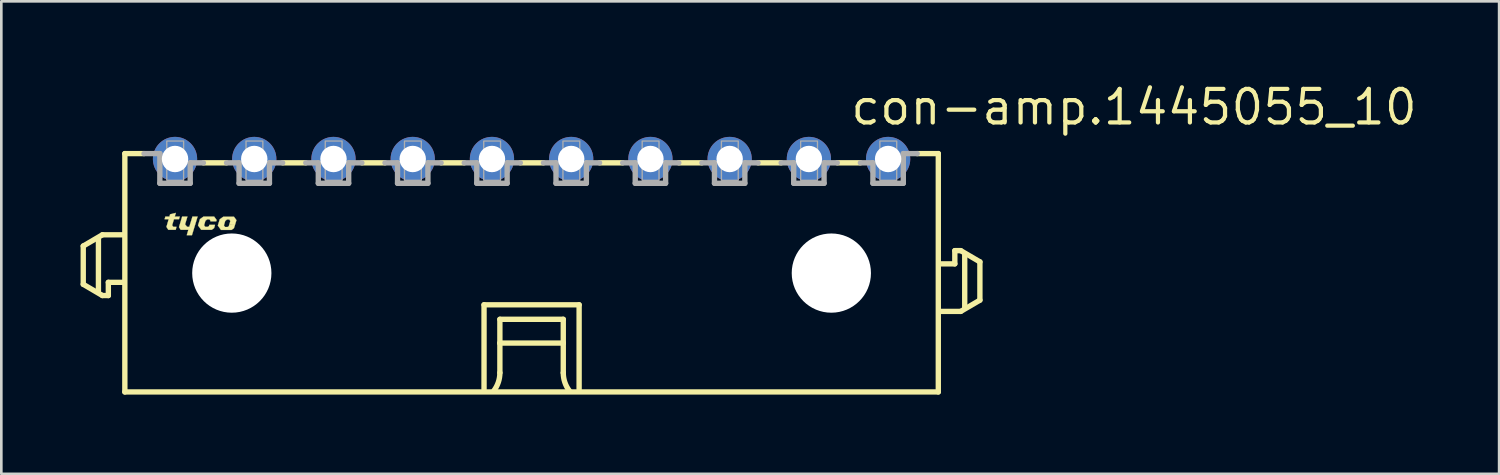
<source format=kicad_pcb>
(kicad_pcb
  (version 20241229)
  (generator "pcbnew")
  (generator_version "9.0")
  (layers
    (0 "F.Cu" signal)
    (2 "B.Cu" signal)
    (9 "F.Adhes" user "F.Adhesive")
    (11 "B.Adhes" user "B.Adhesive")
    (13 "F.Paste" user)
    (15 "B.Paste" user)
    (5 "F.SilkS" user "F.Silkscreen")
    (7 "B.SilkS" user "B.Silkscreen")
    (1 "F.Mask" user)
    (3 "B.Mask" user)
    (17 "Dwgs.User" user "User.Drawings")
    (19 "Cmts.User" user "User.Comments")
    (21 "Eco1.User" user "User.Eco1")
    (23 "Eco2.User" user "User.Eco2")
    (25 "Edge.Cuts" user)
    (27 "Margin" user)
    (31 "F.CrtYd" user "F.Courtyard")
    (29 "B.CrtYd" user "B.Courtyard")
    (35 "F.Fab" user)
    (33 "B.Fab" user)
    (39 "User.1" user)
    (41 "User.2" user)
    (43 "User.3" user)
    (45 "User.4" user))
  (footprint "con-amp.1445055_10"
    (layer "F.Cu")
    (at 17.077 7.29)
    (property "Reference" "con-amp.1445055_10" (at 12 -5.54 0) (layer "F.SilkS") (effects (font (size 1.27 1.27) (thickness 0.16)) (justify left bottom)))
    (attr through_hole)
    (fp_line (start -16.975 -1.025) (end -16.975 0.425) (stroke (width 0.203) (type default)) (layer "F.SilkS"))
    (fp_line (start -16.975 0.425) (end -16.25 0.85) (stroke (width 0.203) (type default)) (layer "F.SilkS"))
    (fp_line (start -16.4 0.7) (end -16.4 -1.3) (stroke (width 0.203) (type default)) (layer "F.SilkS"))
    (fp_line (start -16.25 -1.45) (end -16.975 -1.025) (stroke (width 0.203) (type default)) (layer "F.SilkS"))
    (fp_line (start -16.25 0.85) (end -16.025 0.85) (stroke (width 0.203) (type default)) (layer "F.SilkS"))
    (fp_line (start -16.025 0.35) (end -15.5 0.35) (stroke (width 0.203) (type default)) (layer "F.SilkS"))
    (fp_line (start -16.025 0.85) (end -16.025 0.35) (stroke (width 0.203) (type default)) (layer "F.SilkS"))
    (fp_line (start -15.5 -1.45) (end -16.25 -1.45) (stroke (width 0.203) (type default)) (layer "F.SilkS"))
    (fp_line (start -15.4 -4.525) (end -15.4 4.5) (stroke (width 0.203) (type default)) (layer "F.SilkS"))
    (fp_line (start -15.4 -4.525) (end -14.675 -4.525) (stroke (width 0.203) (type default)) (layer "F.SilkS"))
    (fp_line (start -15.4 4.5) (end 15.4 4.5) (stroke (width 0.203) (type default)) (layer "F.SilkS"))
    (fp_line (start -11.55 -4.175) (end -12.425 -4.175) (stroke (width 0.203) (type default)) (layer "F.SilkS"))
    (fp_line (start -8.55 -4.175) (end -9.425 -4.175) (stroke (width 0.203) (type default)) (layer "F.SilkS"))
    (fp_line (start -5.55 -4.175) (end -6.425 -4.175) (stroke (width 0.203) (type default)) (layer "F.SilkS"))
    (fp_line (start -2.55 -4.175) (end -3.425 -4.175) (stroke (width 0.203) (type default)) (layer "F.SilkS"))
    (fp_line (start -1.8 1.2) (end 1.8 1.2) (stroke (width 0.203) (type default)) (layer "F.SilkS"))
    (fp_line (start -1.8 4.4) (end -1.8 1.2) (stroke (width 0.203) (type default)) (layer "F.SilkS"))
    (fp_line (start -1.2 1.75) (end -1.2 2.65) (stroke (width 0.203) (type default)) (layer "F.SilkS"))
    (fp_line (start -1.2 2.65) (end -1.2 3.775) (stroke (width 0.203) (type default)) (layer "F.SilkS"))
    (fp_line (start -1.2 2.65) (end 1.2 2.65) (stroke (width 0.203) (type default)) (layer "F.SilkS"))
    (fp_line (start 0.45 -4.175) (end -0.425 -4.175) (stroke (width 0.203) (type default)) (layer "F.SilkS"))
    (fp_line (start 1.2 1.75) (end -1.2 1.75) (stroke (width 0.203) (type default)) (layer "F.SilkS"))
    (fp_line (start 1.2 2.65) (end 1.2 1.75) (stroke (width 0.203) (type default)) (layer "F.SilkS"))
    (fp_line (start 1.2 2.65) (end 1.2 3.775) (stroke (width 0.203) (type default)) (layer "F.SilkS"))
    (fp_line (start 1.8 1.2) (end 1.8 4.4) (stroke (width 0.203) (type default)) (layer "F.SilkS"))
    (fp_line (start 3.45 -4.175) (end 2.575 -4.175) (stroke (width 0.203) (type default)) (layer "F.SilkS"))
    (fp_line (start 6.45 -4.175) (end 5.575 -4.175) (stroke (width 0.203) (type default)) (layer "F.SilkS"))
    (fp_line (start 9.45 -4.175) (end 8.575 -4.175) (stroke (width 0.203) (type default)) (layer "F.SilkS"))
    (fp_line (start 12.45 -4.175) (end 11.575 -4.175) (stroke (width 0.203) (type default)) (layer "F.SilkS"))
    (fp_line (start 15.4 -4.525) (end 14.6 -4.525) (stroke (width 0.203) (type default)) (layer "F.SilkS"))
    (fp_line (start 15.4 4.5) (end 15.4 -4.525) (stroke (width 0.203) (type default)) (layer "F.SilkS"))
    (fp_line (start 15.5 1.45) (end 16.25 1.45) (stroke (width 0.203) (type default)) (layer "F.SilkS"))
    (fp_line (start 16.025 -0.85) (end 16.025 -0.35) (stroke (width 0.203) (type default)) (layer "F.SilkS"))
    (fp_line (start 16.025 -0.35) (end 15.5 -0.35) (stroke (width 0.203) (type default)) (layer "F.SilkS"))
    (fp_line (start 16.25 -0.85) (end 16.025 -0.85) (stroke (width 0.203) (type default)) (layer "F.SilkS"))
    (fp_line (start 16.25 1.45) (end 16.975 1.025) (stroke (width 0.203) (type default)) (layer "F.SilkS"))
    (fp_line (start 16.4 1.3) (end 16.4 -0.7) (stroke (width 0.203) (type default)) (layer "F.SilkS"))
    (fp_line (start 16.975 -0.425) (end 16.25 -0.85) (stroke (width 0.203) (type default)) (layer "F.SilkS"))
    (fp_line (start 16.975 1.025) (end 16.975 -0.425) (stroke (width 0.203) (type default)) (layer "F.SilkS"))
    (fp_arc (start -1.2 3.775) (mid -1.257731 4.130756) (end -1.425 4.45) (stroke (width 0.2032) (type default)) (layer "F.SilkS"))
    (fp_arc (start 1.425 4.45) (mid 1.257731 4.130756) (end 1.2 3.775) (stroke (width 0.2032) (type default)) (layer "F.SilkS"))
    (fp_poly (pts (xy -13.23 -2.14) (xy -13.03 -2.14) (xy -13.12 -1.845) (xy -13.04 -1.75) (xy -12.96 -1.75) (xy -12.84 -2.14) (xy -12.645 -2.14) (xy -12.86 -1.435) (xy -13.055 -1.435) (xy -12.995 -1.64) (xy -13.285 -1.64) (xy -13.35 -1.74)) (stroke (width 0.01) (type default)) (fill yes) (layer "F.SilkS"))
    (fp_poly (pts (xy -13.865 -2.14) (xy -13.71 -2.14) (xy -13.688 -2.225) (xy -13.47 -2.28) (xy -13.51 -2.14) (xy -13.32 -2.14) (xy -13.35 -2.04) (xy -13.54 -2.04) (xy -13.61 -1.81) (xy -13.565 -1.75) (xy -13.445 -1.75) (xy -13.475 -1.64) (xy -13.755 -1.64) (xy -13.825 -1.75) (xy -13.74 -2.04) (xy -13.895 -2.04)) (stroke (width 0.01) (type default)) (fill yes) (layer "F.SilkS"))
    (fp_poly (pts (xy -12.16 -1.96) (xy -11.94 -1.96) (xy -11.925 -2.01) (xy -12.02 -2.14) (xy -12.42 -2.14) (xy -12.555 -2.045) (xy -12.63 -1.805) (xy -12.51 -1.64) (xy -12.11 -1.64) (xy -12.02 -1.705) (xy -11.985 -1.825) (xy -12.2 -1.825) (xy -12.215 -1.78) (xy -12.26 -1.75) (xy -12.355 -1.75) (xy -12.4 -1.81) (xy -12.35 -1.98) (xy -12.28 -2.035) (xy -12.195 -2.035) (xy -12.155 -1.975)) (stroke (width 0.01) (type default)) (fill yes) (layer "F.SilkS"))
    (fp_poly (pts (xy -11.45 -1.825) (xy -11.23 -1.825) (xy -11.175 -2.005) (xy -11.27 -2.135) (xy -11.67 -2.135) (xy -11.805 -2.04) (xy -11.88 -1.8) (xy -11.76 -1.635) (xy -11.36 -1.635) (xy -11.27 -1.7) (xy -11.23 -1.825) (xy -11.45 -1.82) (xy -11.465 -1.775) (xy -11.51 -1.745) (xy -11.605 -1.745) (xy -11.65 -1.805) (xy -11.6 -1.975) (xy -11.53 -2.03) (xy -11.445 -2.03) (xy -11.405 -1.97)) (stroke (width 0.01) (type default)) (fill yes) (layer "F.SilkS"))
    (fp_line (start -14.075 -4.525) (end -14.675 -4.525) (stroke (width 0.203) (type default)) (layer "F.Fab"))
    (fp_line (start -14.075 -3.4) (end -14.075 -4.525) (stroke (width 0.203) (type default)) (layer "F.Fab"))
    (fp_line (start -12.925 -4.175) (end -12.925 -3.4) (stroke (width 0.203) (type default)) (layer "F.Fab"))
    (fp_line (start -12.925 -3.4) (end -14.075 -3.4) (stroke (width 0.203) (type default)) (layer "F.Fab"))
    (fp_line (start -12.425 -4.175) (end -12.925 -4.175) (stroke (width 0.203) (type default)) (layer "F.Fab"))
    (fp_line (start -11.075 -4.175) (end -11.55 -4.175) (stroke (width 0.203) (type default)) (layer "F.Fab"))
    (fp_line (start -11.075 -3.4) (end -11.075 -4.175) (stroke (width 0.203) (type default)) (layer "F.Fab"))
    (fp_line (start -9.925 -4.175) (end -9.925 -3.4) (stroke (width 0.203) (type default)) (layer "F.Fab"))
    (fp_line (start -9.925 -3.4) (end -11.075 -3.4) (stroke (width 0.203) (type default)) (layer "F.Fab"))
    (fp_line (start -9.425 -4.175) (end -9.925 -4.175) (stroke (width 0.203) (type default)) (layer "F.Fab"))
    (fp_line (start -8.075 -4.175) (end -8.55 -4.175) (stroke (width 0.203) (type default)) (layer "F.Fab"))
    (fp_line (start -8.075 -3.4) (end -8.075 -4.175) (stroke (width 0.203) (type default)) (layer "F.Fab"))
    (fp_line (start -6.925 -4.175) (end -6.925 -3.4) (stroke (width 0.203) (type default)) (layer "F.Fab"))
    (fp_line (start -6.925 -3.4) (end -8.075 -3.4) (stroke (width 0.203) (type default)) (layer "F.Fab"))
    (fp_line (start -6.425 -4.175) (end -6.925 -4.175) (stroke (width 0.203) (type default)) (layer "F.Fab"))
    (fp_line (start -5.075 -4.175) (end -5.55 -4.175) (stroke (width 0.203) (type default)) (layer "F.Fab"))
    (fp_line (start -5.075 -3.4) (end -5.075 -4.175) (stroke (width 0.203) (type default)) (layer "F.Fab"))
    (fp_line (start -3.925 -4.175) (end -3.925 -3.4) (stroke (width 0.203) (type default)) (layer "F.Fab"))
    (fp_line (start -3.925 -3.4) (end -5.075 -3.4) (stroke (width 0.203) (type default)) (layer "F.Fab"))
    (fp_line (start -3.425 -4.175) (end -3.925 -4.175) (stroke (width 0.203) (type default)) (layer "F.Fab"))
    (fp_line (start -2.075 -4.175) (end -2.55 -4.175) (stroke (width 0.203) (type default)) (layer "F.Fab"))
    (fp_line (start -2.075 -3.4) (end -2.075 -4.175) (stroke (width 0.203) (type default)) (layer "F.Fab"))
    (fp_line (start -0.925 -4.175) (end -0.925 -3.4) (stroke (width 0.203) (type default)) (layer "F.Fab"))
    (fp_line (start -0.925 -3.4) (end -2.075 -3.4) (stroke (width 0.203) (type default)) (layer "F.Fab"))
    (fp_line (start -0.425 -4.175) (end -0.925 -4.175) (stroke (width 0.203) (type default)) (layer "F.Fab"))
    (fp_line (start 0.925 -4.175) (end 0.45 -4.175) (stroke (width 0.203) (type default)) (layer "F.Fab"))
    (fp_line (start 0.925 -3.4) (end 0.925 -4.175) (stroke (width 0.203) (type default)) (layer "F.Fab"))
    (fp_line (start 2.075 -4.175) (end 2.075 -3.4) (stroke (width 0.203) (type default)) (layer "F.Fab"))
    (fp_line (start 2.075 -3.4) (end 0.925 -3.4) (stroke (width 0.203) (type default)) (layer "F.Fab"))
    (fp_line (start 2.575 -4.175) (end 2.075 -4.175) (stroke (width 0.203) (type default)) (layer "F.Fab"))
    (fp_line (start 3.925 -4.175) (end 3.45 -4.175) (stroke (width 0.203) (type default)) (layer "F.Fab"))
    (fp_line (start 3.925 -3.4) (end 3.925 -4.175) (stroke (width 0.203) (type default)) (layer "F.Fab"))
    (fp_line (start 5.075 -4.175) (end 5.075 -3.4) (stroke (width 0.203) (type default)) (layer "F.Fab"))
    (fp_line (start 5.075 -3.4) (end 3.925 -3.4) (stroke (width 0.203) (type default)) (layer "F.Fab"))
    (fp_line (start 5.575 -4.175) (end 5.075 -4.175) (stroke (width 0.203) (type default)) (layer "F.Fab"))
    (fp_line (start 6.925 -4.175) (end 6.45 -4.175) (stroke (width 0.203) (type default)) (layer "F.Fab"))
    (fp_line (start 6.925 -3.4) (end 6.925 -4.175) (stroke (width 0.203) (type default)) (layer "F.Fab"))
    (fp_line (start 8.075 -4.175) (end 8.075 -3.4) (stroke (width 0.203) (type default)) (layer "F.Fab"))
    (fp_line (start 8.075 -3.4) (end 6.925 -3.4) (stroke (width 0.203) (type default)) (layer "F.Fab"))
    (fp_line (start 8.575 -4.175) (end 8.075 -4.175) (stroke (width 0.203) (type default)) (layer "F.Fab"))
    (fp_line (start 9.925 -4.175) (end 9.45 -4.175) (stroke (width 0.203) (type default)) (layer "F.Fab"))
    (fp_line (start 9.925 -3.4) (end 9.925 -4.175) (stroke (width 0.203) (type default)) (layer "F.Fab"))
    (fp_line (start 11.075 -4.175) (end 11.075 -3.4) (stroke (width 0.203) (type default)) (layer "F.Fab"))
    (fp_line (start 11.075 -3.4) (end 9.925 -3.4) (stroke (width 0.203) (type default)) (layer "F.Fab"))
    (fp_line (start 11.575 -4.175) (end 11.075 -4.175) (stroke (width 0.203) (type default)) (layer "F.Fab"))
    (fp_line (start 12.925 -4.175) (end 12.45 -4.175) (stroke (width 0.203) (type default)) (layer "F.Fab"))
    (fp_line (start 12.925 -3.4) (end 12.925 -4.175) (stroke (width 0.203) (type default)) (layer "F.Fab"))
    (fp_line (start 14.075 -4.525) (end 14.075 -3.4) (stroke (width 0.203) (type default)) (layer "F.Fab"))
    (fp_line (start 14.075 -3.4) (end 12.925 -3.4) (stroke (width 0.203) (type default)) (layer "F.Fab"))
    (fp_line (start 14.6 -4.525) (end 14.075 -4.525) (stroke (width 0.203) (type default)) (layer "F.Fab"))
    (fp_rect (start -13.812 -3.513) (end -13.175 -5) (stroke (width 0.05) (type default)) (fill no) (layer "F.Fab"))
    (fp_rect (start -10.812 -3.513) (end -10.175 -5) (stroke (width 0.05) (type default)) (fill no) (layer "F.Fab"))
    (fp_rect (start -7.812 -3.513) (end -7.175 -5) (stroke (width 0.05) (type default)) (fill no) (layer "F.Fab"))
    (fp_rect (start -4.812 -3.513) (end -4.175 -5) (stroke (width 0.05) (type default)) (fill no) (layer "F.Fab"))
    (fp_rect (start -1.812 -3.513) (end -1.175 -5) (stroke (width 0.05) (type default)) (fill no) (layer "F.Fab"))
    (fp_rect (start 1.188 -3.513) (end 1.825 -5) (stroke (width 0.05) (type default)) (fill no) (layer "F.Fab"))
    (fp_rect (start 4.188 -3.513) (end 4.825 -5) (stroke (width 0.05) (type default)) (fill no) (layer "F.Fab"))
    (fp_rect (start 7.188 -3.513) (end 7.825 -5) (stroke (width 0.05) (type default)) (fill no) (layer "F.Fab"))
    (fp_rect (start 10.188 -3.513) (end 10.825 -5) (stroke (width 0.05) (type default)) (fill no) (layer "F.Fab"))
    (fp_rect (start 13.188 -3.513) (end 13.825 -5) (stroke (width 0.05) (type default)) (fill no) (layer "F.Fab"))
    (pad "" np_thru_hole circle (at -11.35 0) (size 3 3) (drill 3) (layers "*.Cu" "*.Mask"))
    (pad "" np_thru_hole circle (at 11.35 0) (size 3 3) (drill 3) (layers "*.Cu" "*.Mask"))
    (pad "1" thru_hole circle (at 13.5 -4.32) (size 1.676 1.676) (drill 1) (layers "*.Cu" "*.Mask"))
    (pad "2" thru_hole circle (at 10.5 -4.32) (size 1.676 1.676) (drill 1) (layers "*.Cu" "*.Mask"))
    (pad "3" thru_hole circle (at 7.5 -4.32) (size 1.676 1.676) (drill 1) (layers "*.Cu" "*.Mask"))
    (pad "4" thru_hole circle (at 4.5 -4.32) (size 1.676 1.676) (drill 1) (layers "*.Cu" "*.Mask"))
    (pad "5" thru_hole circle (at 1.5 -4.32) (size 1.676 1.676) (drill 1) (layers "*.Cu" "*.Mask"))
    (pad "6" thru_hole circle (at -1.5 -4.32) (size 1.676 1.676) (drill 1) (layers "*.Cu" "*.Mask"))
    (pad "7" thru_hole circle (at -4.5 -4.32) (size 1.676 1.676) (drill 1) (layers "*.Cu" "*.Mask"))
    (pad "8" thru_hole circle (at -7.5 -4.32) (size 1.676 1.676) (drill 1) (layers "*.Cu" "*.Mask"))
    (pad "9" thru_hole circle (at -10.5 -4.32) (size 1.676 1.676) (drill 1) (layers "*.Cu" "*.Mask"))
    (pad "10" thru_hole circle (at -13.5 -4.32) (size 1.676 1.676) (drill 1) (layers "*.Cu" "*.Mask")))
  (gr_rect
    (start -3 -3)
    (end 53.711 14.892)
    (stroke (width 0.1) (type default))
    (fill no)
    (layer "Edge.Cuts")))
</source>
